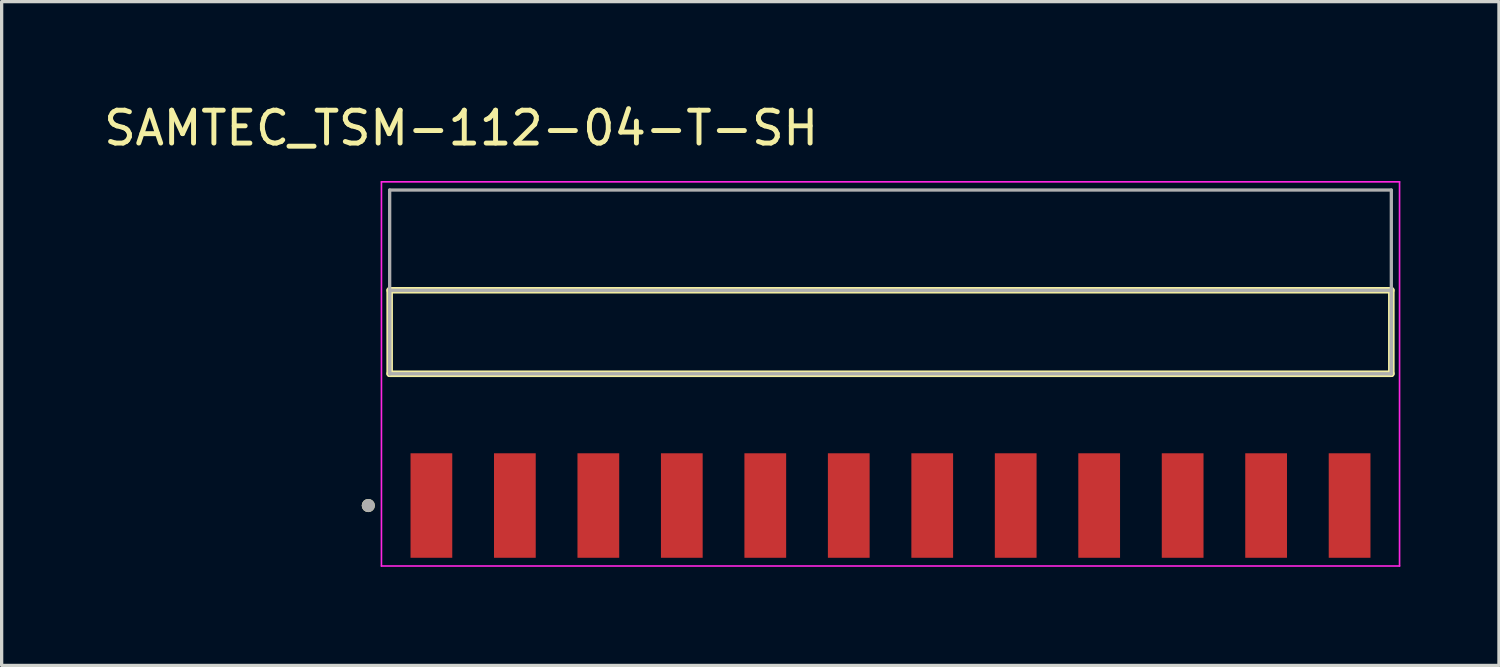
<source format=kicad_pcb>
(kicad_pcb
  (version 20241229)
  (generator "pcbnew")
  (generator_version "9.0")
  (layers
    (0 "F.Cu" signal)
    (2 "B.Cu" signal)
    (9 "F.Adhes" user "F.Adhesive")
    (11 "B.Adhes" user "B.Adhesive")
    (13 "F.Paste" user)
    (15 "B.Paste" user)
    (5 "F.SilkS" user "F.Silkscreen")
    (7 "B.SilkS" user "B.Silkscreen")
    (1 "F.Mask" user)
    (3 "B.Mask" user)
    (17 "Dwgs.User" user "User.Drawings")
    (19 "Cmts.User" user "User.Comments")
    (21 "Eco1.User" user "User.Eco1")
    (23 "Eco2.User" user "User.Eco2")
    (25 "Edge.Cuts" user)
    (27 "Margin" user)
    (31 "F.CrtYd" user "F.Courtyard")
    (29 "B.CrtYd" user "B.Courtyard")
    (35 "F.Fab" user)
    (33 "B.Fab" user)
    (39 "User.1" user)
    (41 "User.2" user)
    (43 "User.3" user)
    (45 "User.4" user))
  (footprint "SAMTEC_TSM-112-04-T-SH"
    (layer "F.Cu")
    (at 24.047 7.053)
    (property "Reference" "SAMTEC_TSM-112-04-T-SH" (at -13.065 -6.205 0) (layer "F.SilkS") (effects (font (size 1 1) (thickness 0.15))))
    (attr smd)
    (fp_line (start -15.24 1.27) (end -15.24 -1.27) (stroke (width 0.2) (type solid)) (layer "F.SilkS"))
    (fp_line (start 15.24 -1.27) (end -15.24 -1.27) (stroke (width 0.2) (type solid)) (layer "F.SilkS"))
    (fp_line (start 15.24 -1.27) (end 15.24 1.27) (stroke (width 0.2) (type solid)) (layer "F.SilkS"))
    (fp_line (start 15.24 1.27) (end -15.24 1.27) (stroke (width 0.2) (type solid)) (layer "F.SilkS"))
    (fp_circle (center -15.89 5.28) (end -15.79 5.28) (stroke (width 0.2) (type solid)) (fill no) (layer "F.SilkS"))
    (fp_line (start -15.49 -4.57) (end 15.49 -4.57) (stroke (width 0.05) (type solid)) (layer "F.CrtYd"))
    (fp_line (start -15.49 7.12) (end -15.49 -4.57) (stroke (width 0.05) (type solid)) (layer "F.CrtYd"))
    (fp_line (start 15.49 -4.57) (end 15.49 7.12) (stroke (width 0.05) (type solid)) (layer "F.CrtYd"))
    (fp_line (start 15.49 7.12) (end -15.49 7.12) (stroke (width 0.05) (type solid)) (layer "F.CrtYd"))
    (fp_line (start -15.24 -4.32) (end 15.24 -4.32) (stroke (width 0.1) (type solid)) (layer "F.Fab"))
    (fp_line (start -15.24 -1.27) (end 15.24 -1.27) (stroke (width 0.1) (type solid)) (layer "F.Fab"))
    (fp_line (start -15.24 1.27) (end -15.24 -4.32) (stroke (width 0.1) (type solid)) (layer "F.Fab"))
    (fp_line (start -15.24 1.27) (end -15.24 -1.27) (stroke (width 0.1) (type solid)) (layer "F.Fab"))
    (fp_line (start 15.24 -4.32) (end 15.24 1.27) (stroke (width 0.1) (type solid)) (layer "F.Fab"))
    (fp_line (start 15.24 -1.27) (end 15.24 1.27) (stroke (width 0.1) (type solid)) (layer "F.Fab"))
    (fp_line (start 15.24 1.27) (end -15.24 1.27) (stroke (width 0.1) (type solid)) (layer "F.Fab"))
    (fp_circle (center -15.89 5.28) (end -15.79 5.28) (stroke (width 0.2) (type solid)) (fill no) (layer "F.Fab"))
    (pad "01" smd rect (at -13.97 5.28) (size 1.27 3.18) (layers "F.Cu" "F.Mask" "F.Paste"))
    (pad "02" smd rect (at -11.43 5.28) (size 1.27 3.18) (layers "F.Cu" "F.Mask" "F.Paste"))
    (pad "03" smd rect (at -8.89 5.28) (size 1.27 3.18) (layers "F.Cu" "F.Mask" "F.Paste"))
    (pad "04" smd rect (at -6.35 5.28) (size 1.27 3.18) (layers "F.Cu" "F.Mask" "F.Paste"))
    (pad "05" smd rect (at -3.81 5.28) (size 1.27 3.18) (layers "F.Cu" "F.Mask" "F.Paste"))
    (pad "06" smd rect (at -1.27 5.28) (size 1.27 3.18) (layers "F.Cu" "F.Mask" "F.Paste"))
    (pad "07" smd rect (at 1.27 5.28) (size 1.27 3.18) (layers "F.Cu" "F.Mask" "F.Paste"))
    (pad "08" smd rect (at 3.81 5.28) (size 1.27 3.18) (layers "F.Cu" "F.Mask" "F.Paste"))
    (pad "09" smd rect (at 6.35 5.28) (size 1.27 3.18) (layers "F.Cu" "F.Mask" "F.Paste"))
    (pad "10" smd rect (at 8.89 5.28) (size 1.27 3.18) (layers "F.Cu" "F.Mask" "F.Paste"))
    (pad "11" smd rect (at 11.43 5.28) (size 1.27 3.18) (layers "F.Cu" "F.Mask" "F.Paste"))
    (pad "12" smd rect (at 13.97 5.28) (size 1.27 3.18) (layers "F.Cu" "F.Mask" "F.Paste")))
  (gr_rect
    (start -3 -3)
    (end 42.562 17.198)
    (stroke (width 0.1) (type default))
    (fill no)
    (layer "Edge.Cuts")))
</source>
